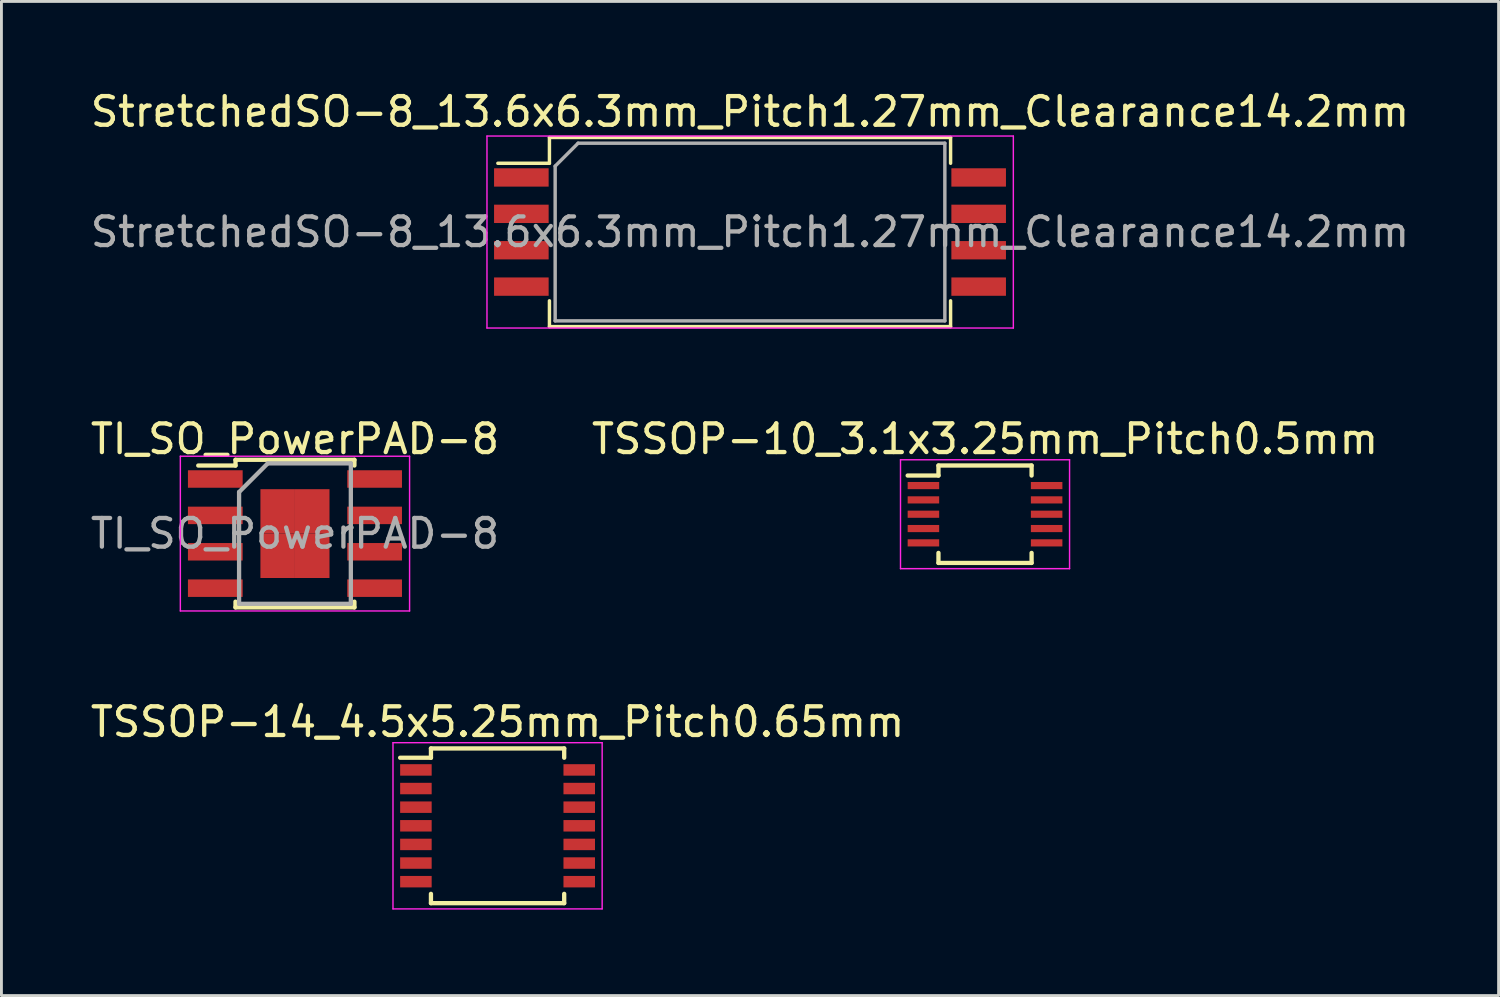
<source format=kicad_pcb>
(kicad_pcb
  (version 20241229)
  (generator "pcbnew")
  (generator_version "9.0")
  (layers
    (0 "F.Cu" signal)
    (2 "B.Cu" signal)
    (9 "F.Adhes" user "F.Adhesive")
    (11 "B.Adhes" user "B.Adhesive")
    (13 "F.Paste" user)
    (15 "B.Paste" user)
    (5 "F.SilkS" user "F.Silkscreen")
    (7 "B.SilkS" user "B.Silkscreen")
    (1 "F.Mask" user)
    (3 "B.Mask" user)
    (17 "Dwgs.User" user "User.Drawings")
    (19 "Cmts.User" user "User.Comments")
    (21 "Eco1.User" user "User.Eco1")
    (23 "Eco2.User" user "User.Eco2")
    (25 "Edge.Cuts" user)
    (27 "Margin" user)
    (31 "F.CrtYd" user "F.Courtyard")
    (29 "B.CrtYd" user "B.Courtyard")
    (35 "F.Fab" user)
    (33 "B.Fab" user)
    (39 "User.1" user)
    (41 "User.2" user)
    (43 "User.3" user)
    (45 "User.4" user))
  (footprint "TSSOP-10_3.1x3.25mm_Pitch0.5mm"
    (layer "F.Cu")
    (at 31.327 14.896)
    (property "Reference" "TSSOP-10_3.1x3.25mm_Pitch0.5mm" (at 0 -2.625 0) (layer "F.SilkS") (effects (font (size 1 1) (thickness 0.15))))
    (attr smd)
    (fp_line (start -1.625 -1.7) (end -1.625 -1.35) (stroke (width 0.15) (type solid)) (layer "F.SilkS"))
    (fp_line (start -1.625 -1.7) (end 1.625 -1.7) (stroke (width 0.15) (type solid)) (layer "F.SilkS"))
    (fp_line (start -1.625 -1.35) (end -2.7 -1.35) (stroke (width 0.15) (type solid)) (layer "F.SilkS"))
    (fp_line (start -1.625 1.7) (end -1.625 1.35) (stroke (width 0.15) (type solid)) (layer "F.SilkS"))
    (fp_line (start -1.625 1.7) (end 1.625 1.7) (stroke (width 0.15) (type solid)) (layer "F.SilkS"))
    (fp_line (start 1.625 -1.7) (end 1.625 -1.35) (stroke (width 0.15) (type solid)) (layer "F.SilkS"))
    (fp_line (start 1.625 1.7) (end 1.625 1.35) (stroke (width 0.15) (type solid)) (layer "F.SilkS"))
    (fp_line (start -2.95 -1.9) (end -2.95 1.9) (stroke (width 0.05) (type solid)) (layer "F.CrtYd"))
    (fp_line (start -2.95 -1.9) (end 2.95 -1.9) (stroke (width 0.05) (type solid)) (layer "F.CrtYd"))
    (fp_line (start -2.95 1.9) (end 2.95 1.9) (stroke (width 0.05) (type solid)) (layer "F.CrtYd"))
    (fp_line (start 2.95 -1.9) (end 2.95 1.9) (stroke (width 0.05) (type solid)) (layer "F.CrtYd"))
    (pad "1" smd rect (at -2.15 -1) (size 1.1 0.25) (layers "F.Cu" "F.Mask" "F.Paste"))
    (pad "2" smd rect (at -2.15 -0.5) (size 1.1 0.25) (layers "F.Cu" "F.Mask" "F.Paste"))
    (pad "3" smd rect (at -2.15 0) (size 1.1 0.25) (layers "F.Cu" "F.Mask" "F.Paste"))
    (pad "4" smd rect (at -2.15 0.5) (size 1.1 0.25) (layers "F.Cu" "F.Mask" "F.Paste"))
    (pad "5" smd rect (at -2.15 1) (size 1.1 0.25) (layers "F.Cu" "F.Mask" "F.Paste"))
    (pad "6" smd rect (at 2.15 1) (size 1.1 0.25) (layers "F.Cu" "F.Mask" "F.Paste"))
    (pad "7" smd rect (at 2.15 0.5) (size 1.1 0.25) (layers "F.Cu" "F.Mask" "F.Paste"))
    (pad "8" smd rect (at 2.15 0) (size 1.1 0.25) (layers "F.Cu" "F.Mask" "F.Paste"))
    (pad "9" smd rect (at 2.15 -0.5) (size 1.1 0.25) (layers "F.Cu" "F.Mask" "F.Paste"))
    (pad "10" smd rect (at 2.15 -1) (size 1.1 0.25) (layers "F.Cu" "F.Mask" "F.Paste")))
  (footprint "TSSOP-14_4.5x5.25mm_Pitch0.65mm"
    (layer "F.Cu")
    (at 14.315 25.77)
    (property "Reference" "TSSOP-14_4.5x5.25mm_Pitch0.65mm" (at 0 -3.625 0) (layer "F.SilkS") (effects (font (size 1 1) (thickness 0.15))))
    (attr smd)
    (fp_line (start -2.325 -2.7) (end -2.325 -2.375) (stroke (width 0.15) (type solid)) (layer "F.SilkS"))
    (fp_line (start -2.325 -2.7) (end 2.325 -2.7) (stroke (width 0.15) (type solid)) (layer "F.SilkS"))
    (fp_line (start -2.325 -2.375) (end -3.4 -2.375) (stroke (width 0.15) (type solid)) (layer "F.SilkS"))
    (fp_line (start -2.325 2.7) (end -2.325 2.375) (stroke (width 0.15) (type solid)) (layer "F.SilkS"))
    (fp_line (start -2.325 2.7) (end 2.325 2.7) (stroke (width 0.15) (type solid)) (layer "F.SilkS"))
    (fp_line (start 2.325 -2.7) (end 2.325 -2.375) (stroke (width 0.15) (type solid)) (layer "F.SilkS"))
    (fp_line (start 2.325 2.7) (end 2.325 2.375) (stroke (width 0.15) (type solid)) (layer "F.SilkS"))
    (fp_line (start -3.65 -2.9) (end -3.65 2.9) (stroke (width 0.05) (type solid)) (layer "F.CrtYd"))
    (fp_line (start -3.65 -2.9) (end 3.65 -2.9) (stroke (width 0.05) (type solid)) (layer "F.CrtYd"))
    (fp_line (start -3.65 2.9) (end 3.65 2.9) (stroke (width 0.05) (type solid)) (layer "F.CrtYd"))
    (fp_line (start 3.65 -2.9) (end 3.65 2.9) (stroke (width 0.05) (type solid)) (layer "F.CrtYd"))
    (pad "1" smd rect (at -2.85 -1.95) (size 1.1 0.4) (layers "F.Cu" "F.Mask" "F.Paste"))
    (pad "2" smd rect (at -2.85 -1.3) (size 1.1 0.4) (layers "F.Cu" "F.Mask" "F.Paste"))
    (pad "3" smd rect (at -2.85 -0.65) (size 1.1 0.4) (layers "F.Cu" "F.Mask" "F.Paste"))
    (pad "4" smd rect (at -2.85 0) (size 1.1 0.4) (layers "F.Cu" "F.Mask" "F.Paste"))
    (pad "5" smd rect (at -2.85 0.65) (size 1.1 0.4) (layers "F.Cu" "F.Mask" "F.Paste"))
    (pad "6" smd rect (at -2.85 1.3) (size 1.1 0.4) (layers "F.Cu" "F.Mask" "F.Paste"))
    (pad "7" smd rect (at -2.85 1.95) (size 1.1 0.4) (layers "F.Cu" "F.Mask" "F.Paste"))
    (pad "8" smd rect (at 2.85 1.95) (size 1.1 0.4) (layers "F.Cu" "F.Mask" "F.Paste"))
    (pad "9" smd rect (at 2.85 1.3) (size 1.1 0.4) (layers "F.Cu" "F.Mask" "F.Paste"))
    (pad "10" smd rect (at 2.85 0.65) (size 1.1 0.4) (layers "F.Cu" "F.Mask" "F.Paste"))
    (pad "11" smd rect (at 2.85 0) (size 1.1 0.4) (layers "F.Cu" "F.Mask" "F.Paste"))
    (pad "12" smd rect (at 2.85 -0.65) (size 1.1 0.4) (layers "F.Cu" "F.Mask" "F.Paste"))
    (pad "13" smd rect (at 2.85 -1.3) (size 1.1 0.4) (layers "F.Cu" "F.Mask" "F.Paste"))
    (pad "14" smd rect (at 2.85 -1.95) (size 1.1 0.4) (layers "F.Cu" "F.Mask" "F.Paste")))
  (footprint "StretchedSO-8_13.6x6.3mm_Pitch1.27mm_Clearance14.2mm"
    (layer "F.Cu")
    (at 23.125 5.048)
    (property "Reference" "StretchedSO-8_13.6x6.3mm_Pitch1.27mm_Clearance14.2mm" (at 0 -4.2 0) (layer "F.SilkS") (effects (font (size 1 1) (thickness 0.15))))
    (attr smd)
    (fp_line (start -8.8 -2.4) (end -7 -2.4) (stroke (width 0.12) (type solid)) (layer "F.SilkS"))
    (fp_line (start -7 -3.3) (end 7 -3.3) (stroke (width 0.12) (type solid)) (layer "F.SilkS"))
    (fp_line (start -7 -2.4) (end -7 -3.3) (stroke (width 0.12) (type solid)) (layer "F.SilkS"))
    (fp_line (start -7 3.3) (end -7 2.4) (stroke (width 0.12) (type solid)) (layer "F.SilkS"))
    (fp_line (start 7 -3.3) (end 7 -2.4) (stroke (width 0.12) (type solid)) (layer "F.SilkS"))
    (fp_line (start 7 2.4) (end 7 3.3) (stroke (width 0.12) (type solid)) (layer "F.SilkS"))
    (fp_line (start 7 3.3) (end -7 3.3) (stroke (width 0.12) (type solid)) (layer "F.SilkS"))
    (fp_line (start -9.18 -3.35) (end -9.18 3.35) (stroke (width 0.05) (type solid)) (layer "F.CrtYd"))
    (fp_line (start -9.18 -3.35) (end 9.19 -3.35) (stroke (width 0.05) (type solid)) (layer "F.CrtYd"))
    (fp_line (start 9.19 3.35) (end -9.18 3.35) (stroke (width 0.05) (type solid)) (layer "F.CrtYd"))
    (fp_line (start 9.19 3.35) (end 9.19 -3.35) (stroke (width 0.05) (type solid)) (layer "F.CrtYd"))
    (fp_line (start -6.8 -2.3) (end -6.8 3.1) (stroke (width 0.12) (type solid)) (layer "F.Fab"))
    (fp_line (start -6.8 3.1) (end 6.8 3.1) (stroke (width 0.12) (type solid)) (layer "F.Fab"))
    (fp_line (start -6 -3.1) (end -6.8 -2.3) (stroke (width 0.12) (type solid)) (layer "F.Fab"))
    (fp_line (start 6.8 -3.1) (end -6 -3.1) (stroke (width 0.12) (type solid)) (layer "F.Fab"))
    (fp_line (start 6.8 3.1) (end 6.8 -3.1) (stroke (width 0.12) (type solid)) (layer "F.Fab"))
    (fp_text user "${REFERENCE}" (at 0 0 0) (layer "F.Fab") (effects (font (size 1 1) (thickness 0.15))))
    (pad "1" smd rect (at -7.98 -1.905) (size 1.905 0.64) (layers "F.Cu" "F.Mask" "F.Paste"))
    (pad "2" smd rect (at -7.98 -0.635) (size 1.905 0.64) (layers "F.Cu" "F.Mask" "F.Paste"))
    (pad "3" smd rect (at -7.98 0.635) (size 1.905 0.64) (layers "F.Cu" "F.Mask" "F.Paste"))
    (pad "4" smd rect (at -7.98 1.905) (size 1.905 0.64) (layers "F.Cu" "F.Mask" "F.Paste"))
    (pad "5" smd rect (at 7.98 1.905) (size 1.905 0.64) (layers "F.Cu" "F.Mask" "F.Paste"))
    (pad "6" smd rect (at 7.98 0.635) (size 1.905 0.64) (layers "F.Cu" "F.Mask" "F.Paste"))
    (pad "7" smd rect (at 7.98 -0.635) (size 1.905 0.64) (layers "F.Cu" "F.Mask" "F.Paste"))
    (pad "8" smd rect (at 7.98 -1.905) (size 1.905 0.64) (layers "F.Cu" "F.Mask" "F.Paste")))
  (footprint "TI_SO_PowerPAD-8"
    (layer "F.Cu")
    (at 7.244 15.572)
    (property "Reference" "TI_SO_PowerPAD-8" (at 0 -3.3 0) (layer "F.SilkS") (effects (font (size 1 1) (thickness 0.15))))
    (attr smd)
    (fp_line (start -2.075 -2.575) (end -2.075 -2.375) (stroke (width 0.15) (type solid)) (layer "F.SilkS"))
    (fp_line (start -2.075 -2.575) (end 2.075 -2.575) (stroke (width 0.15) (type solid)) (layer "F.SilkS"))
    (fp_line (start -2.075 -2.375) (end -3.375 -2.375) (stroke (width 0.15) (type solid)) (layer "F.SilkS"))
    (fp_line (start -2.075 2.575) (end -2.075 2.375) (stroke (width 0.15) (type solid)) (layer "F.SilkS"))
    (fp_line (start -2.075 2.575) (end 2.075 2.575) (stroke (width 0.15) (type solid)) (layer "F.SilkS"))
    (fp_line (start 2.075 -2.575) (end 2.075 -2.375) (stroke (width 0.15) (type solid)) (layer "F.SilkS"))
    (fp_line (start 2.075 2.575) (end 2.075 2.375) (stroke (width 0.15) (type solid)) (layer "F.SilkS"))
    (fp_line (start -4 -2.7) (end -4 2.7) (stroke (width 0.05) (type solid)) (layer "F.CrtYd"))
    (fp_line (start -4 -2.7) (end 4 -2.7) (stroke (width 0.05) (type solid)) (layer "F.CrtYd"))
    (fp_line (start -4 2.7) (end 4 2.7) (stroke (width 0.05) (type solid)) (layer "F.CrtYd"))
    (fp_line (start 4 -2.7) (end 4 2.7) (stroke (width 0.05) (type solid)) (layer "F.CrtYd"))
    (fp_line (start -1.95 -1.45) (end -0.95 -2.45) (stroke (width 0.15) (type solid)) (layer "F.Fab"))
    (fp_line (start -1.95 2.45) (end -1.95 -1.45) (stroke (width 0.15) (type solid)) (layer "F.Fab"))
    (fp_line (start -0.95 -2.45) (end 1.95 -2.45) (stroke (width 0.15) (type solid)) (layer "F.Fab"))
    (fp_line (start 1.95 -2.45) (end 1.95 2.45) (stroke (width 0.15) (type solid)) (layer "F.Fab"))
    (fp_line (start 1.95 2.45) (end -1.95 2.45) (stroke (width 0.15) (type solid)) (layer "F.Fab"))
    (fp_text user "${REFERENCE}" (at 0 0 0) (layer "F.Fab") (effects (font (size 1 1) (thickness 0.15))))
    (pad "1" smd rect (at -2.78 -1.905) (size 1.91 0.61) (layers "F.Cu" "F.Mask" "F.Paste"))
    (pad "2" smd rect (at -2.78 -0.635) (size 1.91 0.61) (layers "F.Cu" "F.Mask" "F.Paste"))
    (pad "3" smd rect (at -2.78 0.635) (size 1.91 0.61) (layers "F.Cu" "F.Mask" "F.Paste"))
    (pad "4" smd rect (at -2.78 1.905) (size 1.91 0.61) (layers "F.Cu" "F.Mask" "F.Paste"))
    (pad "5" smd rect (at 2.78 1.905) (size 1.91 0.61) (layers "F.Cu" "F.Mask" "F.Paste"))
    (pad "6" smd rect (at 2.78 0.635) (size 1.91 0.61) (layers "F.Cu" "F.Mask" "F.Paste"))
    (pad "7" smd rect (at 2.78 -0.635) (size 1.91 0.61) (layers "F.Cu" "F.Mask" "F.Paste"))
    (pad "8" smd rect (at 2.78 -1.905) (size 1.91 0.61) (layers "F.Cu" "F.Mask" "F.Paste"))
    (pad "9" smd rect (at -0.603 -0.775) (size 1.205 1.55) (layers "F.Cu" "F.Mask" "F.Paste"))
    (pad "9" smd rect (at -0.603 0.775) (size 1.205 1.55) (layers "F.Cu" "F.Mask" "F.Paste"))
    (pad "9" smd rect (at 0.603 -0.775) (size 1.205 1.55) (layers "F.Cu" "F.Mask" "F.Paste"))
    (pad "9" smd rect (at 0.603 0.775) (size 1.205 1.55) (layers "F.Cu" "F.Mask" "F.Paste")))
  (gr_rect
    (start -3 -3)
    (end 49.25 31.695)
    (stroke (width 0.1) (type default))
    (fill no)
    (layer "Edge.Cuts")))
</source>
